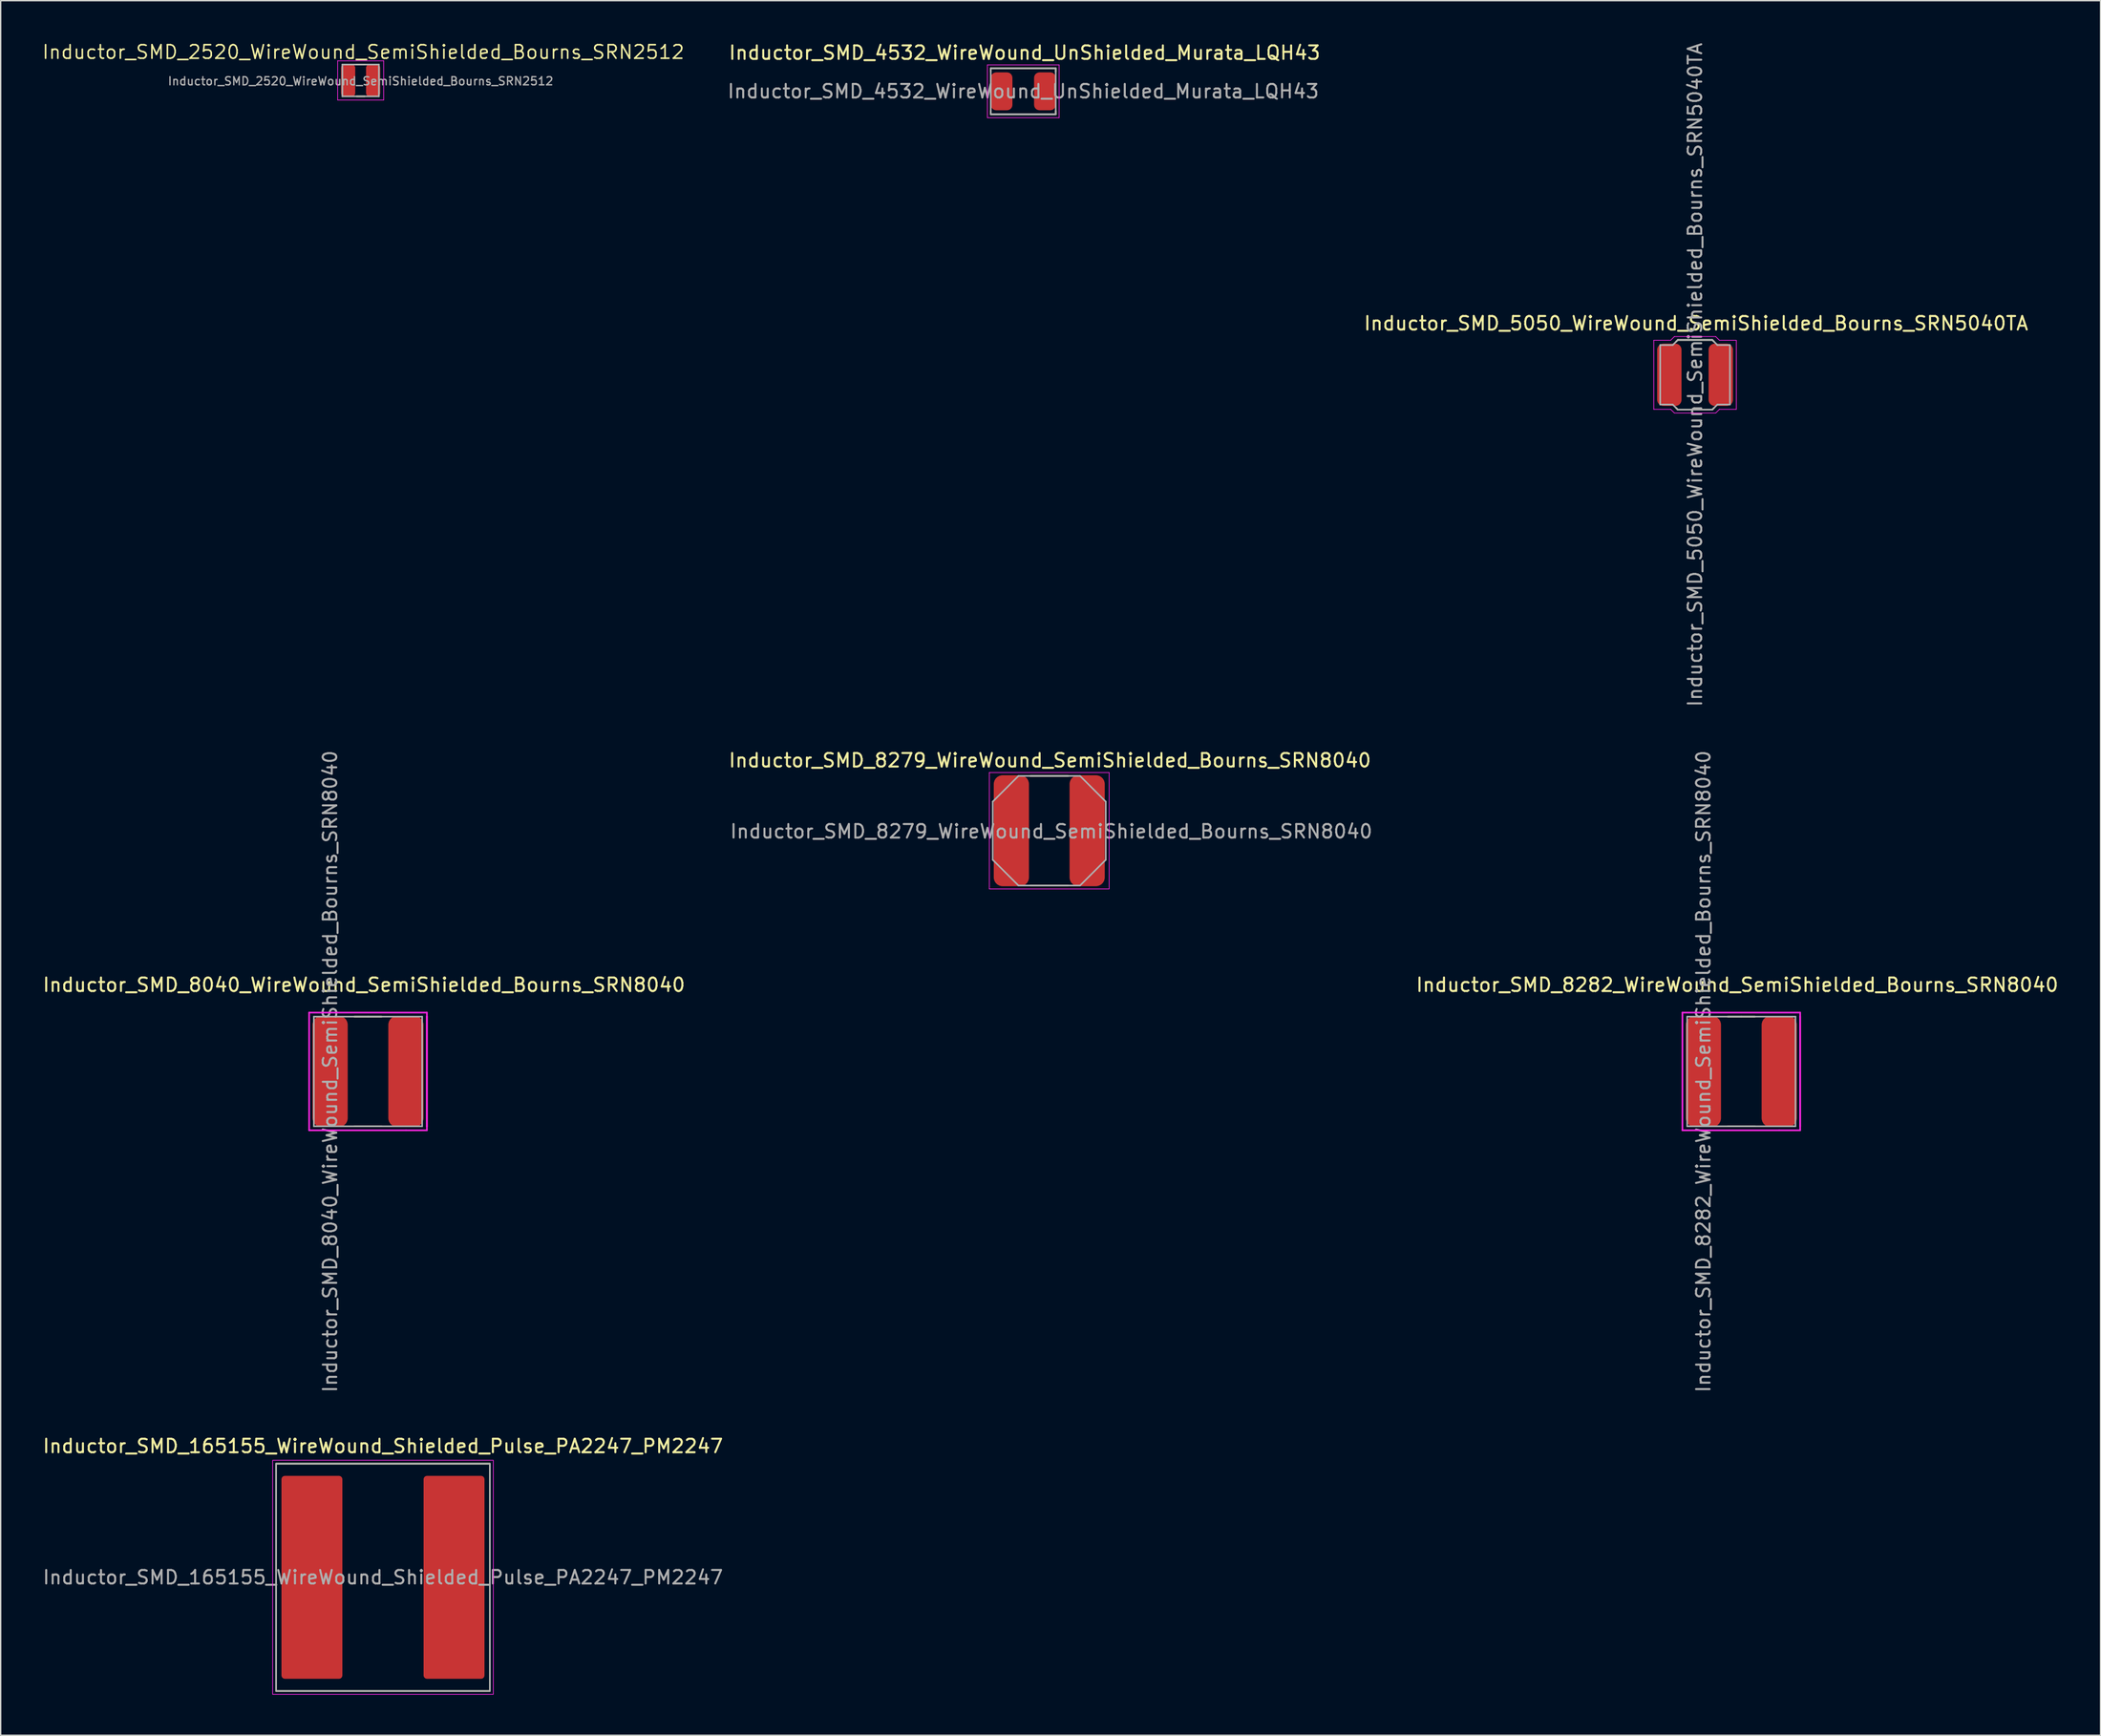
<source format=kicad_pcb>
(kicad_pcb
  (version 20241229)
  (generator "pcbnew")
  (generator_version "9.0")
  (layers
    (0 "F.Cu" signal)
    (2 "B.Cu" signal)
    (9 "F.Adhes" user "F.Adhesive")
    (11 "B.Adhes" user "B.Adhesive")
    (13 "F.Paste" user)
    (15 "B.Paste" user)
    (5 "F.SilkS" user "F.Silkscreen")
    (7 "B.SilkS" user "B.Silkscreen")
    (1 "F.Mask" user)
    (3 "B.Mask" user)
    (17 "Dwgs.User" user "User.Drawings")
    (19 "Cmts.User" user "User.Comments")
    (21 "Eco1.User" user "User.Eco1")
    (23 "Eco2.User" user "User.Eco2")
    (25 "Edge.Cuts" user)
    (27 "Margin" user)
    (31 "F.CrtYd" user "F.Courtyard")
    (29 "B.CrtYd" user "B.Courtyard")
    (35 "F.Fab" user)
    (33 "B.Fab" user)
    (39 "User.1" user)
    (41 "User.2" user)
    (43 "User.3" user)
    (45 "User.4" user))
  (footprint "Inductor_SMD_5050_WireWound_SemiShielded_Bourns_SRN5040TA"
    (layer "F.Cu")
    (at 122.179 24.649)
    (property "Reference" "Inductor_SMD_5050_WireWound_SemiShielded_Bourns_SRN5040TA" (at 0.075 -3.8 0) (unlocked yes) (layer "F.SilkS") (effects (font (size 1 1) (thickness 0.15))))
    (attr smd)
    (fp_line (start -1.4 -2.45) (end -1.275 -2.575) (stroke (width 0.12) (type solid)) (layer "F.SilkS"))
    (fp_line (start -1.275 2.575) (end -1.4 2.45) (stroke (width 0.12) (type solid)) (layer "F.SilkS"))
    (fp_line (start -1.275 2.575) (end 1.275 2.575) (stroke (width 0.12) (type solid)) (layer "F.SilkS"))
    (fp_line (start 1.275 -2.575) (end -1.275 -2.575) (stroke (width 0.12) (type solid)) (layer "F.SilkS"))
    (fp_line (start 1.275 -2.575) (end 1.4 -2.45) (stroke (width 0.12) (type solid)) (layer "F.SilkS"))
    (fp_line (start 1.4 2.45) (end 1.275 2.575) (stroke (width 0.12) (type solid)) (layer "F.SilkS"))
    (fp_line (start -3.05 -2.55) (end -1.8 -2.55) (stroke (width 0.05) (type solid)) (layer "F.CrtYd"))
    (fp_line (start -3.05 2.55) (end -3.05 -2.55) (stroke (width 0.05) (type solid)) (layer "F.CrtYd"))
    (fp_line (start -3.05 2.55) (end -1.8 2.55) (stroke (width 0.05) (type solid)) (layer "F.CrtYd"))
    (fp_line (start -1.525 -2.825) (end -1.8 -2.55) (stroke (width 0.05) (type solid)) (layer "F.CrtYd"))
    (fp_line (start -1.525 2.825) (end -1.8 2.55) (stroke (width 0.05) (type solid)) (layer "F.CrtYd"))
    (fp_line (start -1.525 2.825) (end 1.525 2.825) (stroke (width 0.05) (type solid)) (layer "F.CrtYd"))
    (fp_line (start 1.525 -2.825) (end -1.525 -2.825) (stroke (width 0.05) (type solid)) (layer "F.CrtYd"))
    (fp_line (start 1.525 -2.825) (end 1.8 -2.55) (stroke (width 0.05) (type solid)) (layer "F.CrtYd"))
    (fp_line (start 1.525 2.825) (end 1.8 2.55) (stroke (width 0.05) (type solid)) (layer "F.CrtYd"))
    (fp_line (start 3.05 -2.55) (end 1.8 -2.55) (stroke (width 0.05) (type solid)) (layer "F.CrtYd"))
    (fp_line (start 3.05 2.55) (end 1.8 2.55) (stroke (width 0.05) (type solid)) (layer "F.CrtYd"))
    (fp_line (start 3.05 2.55) (end 3.05 -2.55) (stroke (width 0.05) (type solid)) (layer "F.CrtYd"))
    (fp_line (start -2.575 2.2) (end -2.575 -2.2) (stroke (width 0.12) (type solid)) (layer "F.Fab"))
    (fp_line (start -1.65 -2.2) (end -2.575 -2.2) (stroke (width 0.12) (type solid)) (layer "F.Fab"))
    (fp_line (start -1.65 2.2) (end -2.575 2.2) (stroke (width 0.12) (type solid)) (layer "F.Fab"))
    (fp_line (start -1.275 -2.575) (end -1.65 -2.2) (stroke (width 0.12) (type solid)) (layer "F.Fab"))
    (fp_line (start -1.275 2.575) (end -1.65 2.2) (stroke (width 0.12) (type solid)) (layer "F.Fab"))
    (fp_line (start -1.275 2.575) (end 1.275 2.575) (stroke (width 0.12) (type solid)) (layer "F.Fab"))
    (fp_line (start 1.275 -2.575) (end -1.275 -2.575) (stroke (width 0.12) (type solid)) (layer "F.Fab"))
    (fp_line (start 1.275 -2.575) (end 1.65 -2.2) (stroke (width 0.12) (type solid)) (layer "F.Fab"))
    (fp_line (start 1.275 2.575) (end 1.65 2.2) (stroke (width 0.12) (type solid)) (layer "F.Fab"))
    (fp_line (start 1.65 -2.2) (end 2.575 -2.2) (stroke (width 0.12) (type solid)) (layer "F.Fab"))
    (fp_line (start 1.65 2.2) (end 2.575 2.2) (stroke (width 0.12) (type solid)) (layer "F.Fab"))
    (fp_line (start 2.575 -2.2) (end 2.575 2.2) (stroke (width 0.12) (type solid)) (layer "F.Fab"))
    (fp_text user "${REFERENCE}" (at 0 0 90) (layer "F.Fab") (effects (font (size 1 1) (thickness 0.15))))
    (pad "1" smd roundrect (at -1.9 0 270) (size 4.6 1.8) (layers "F.Cu" "F.Mask" "F.Paste") (roundrect_rratio 0.25))
    (pad "2" smd roundrect (at 1.9 0 270) (size 4.6 1.8) (layers "F.Cu" "F.Mask" "F.Paste") (roundrect_rratio 0.25)))
  (footprint "Inductor_SMD_8282_WireWound_SemiShielded_Bourns_SRN8040"
    (layer "F.Cu")
    (at 122.796 76.137)
    (property "Reference" "Inductor_SMD_8282_WireWound_SemiShielded_Bourns_SRN8040" (at 2.5 -6.4 0) (unlocked yes) (layer "F.SilkS") (effects (font (size 1 1) (thickness 0.15))))
    (attr smd)
    (fp_line (start 1.8 4.05) (end 3.8 4.05) (stroke (width 0.12) (type solid)) (layer "F.SilkS"))
    (fp_line (start 3.8 -4.05) (end 1.8 -4.05) (stroke (width 0.12) (type solid)) (layer "F.SilkS"))
    (fp_line (start -1.55 -4.35) (end -1.55 4.35) (stroke (width 0.12) (type solid)) (layer "F.CrtYd"))
    (fp_line (start -1.55 4.35) (end -0.6 4.35) (stroke (width 0.12) (type solid)) (layer "F.CrtYd"))
    (fp_line (start -0.6 -4.35) (end -1.55 -4.35) (stroke (width 0.12) (type solid)) (layer "F.CrtYd"))
    (fp_line (start 5.6 4.35) (end -0.6 4.35) (stroke (width 0.12) (type solid)) (layer "F.CrtYd"))
    (fp_line (start 5.6 4.35) (end 7.15 4.35) (stroke (width 0.12) (type solid)) (layer "F.CrtYd"))
    (fp_line (start 7.15 -4.35) (end -0.6 -4.35) (stroke (width 0.12) (type solid)) (layer "F.CrtYd"))
    (fp_line (start 7.15 -4.05) (end 7.15 -4.35) (stroke (width 0.12) (type solid)) (layer "F.CrtYd"))
    (fp_line (start 7.15 4.05) (end 7.15 -4.05) (stroke (width 0.12) (type solid)) (layer "F.CrtYd"))
    (fp_line (start 7.15 4.05) (end 7.15 -4.05) (stroke (width 0.12) (type solid)) (layer "F.CrtYd"))
    (fp_line (start 7.15 4.35) (end 7.15 4.05) (stroke (width 0.12) (type solid)) (layer "F.CrtYd"))
    (fp_line (start -1.2 -4.05) (end -1.2 4.05) (stroke (width 0.12) (type solid)) (layer "F.Fab"))
    (fp_line (start -1.2 4.05) (end 6.8 4.05) (stroke (width 0.12) (type solid)) (layer "F.Fab"))
    (fp_line (start 2.8 -4.05) (end -1.2 -4.05) (stroke (width 0.12) (type solid)) (layer "F.Fab"))
    (fp_line (start 6.8 -4.05) (end 2.8 -4.05) (stroke (width 0.12) (type solid)) (layer "F.Fab"))
    (fp_line (start 6.8 4.05) (end 6.8 -4.05) (stroke (width 0.12) (type solid)) (layer "F.Fab"))
    (fp_text user "${REFERENCE}" (at 0 0 90) (layer "F.Fab") (effects (font (size 1 1) (thickness 0.15))))
    (pad "1" smd roundrect (at 0 0 270) (size 8.2 2.6) (layers "F.Cu" "F.Mask" "F.Paste") (roundrect_rratio 0.25))
    (pad "2" smd roundrect (at 5.6 0 270) (size 8.2 2.6) (layers "F.Cu" "F.Mask" "F.Paste") (roundrect_rratio 0.25)))
  (footprint "Inductor_SMD_8279_WireWound_SemiShielded_Bourns_SRN8040"
    (layer "F.Cu")
    (at 74.468 58.346)
    (property "Reference" "Inductor_SMD_8279_WireWound_SemiShielded_Bourns_SRN8040" (at 0.05 -5.2 0) (unlocked yes) (layer "F.SilkS") (effects (font (size 1 1) (thickness 0.15))))
    (attr smd)
    (fp_line (start -1.4 -4.05) (end 1.4 -4.05) (stroke (width 0.12) (type solid)) (layer "F.SilkS"))
    (fp_line (start -1.4 4.05) (end 1.4 4.05) (stroke (width 0.12) (type solid)) (layer "F.SilkS"))
    (fp_line (start -4.425 -4.3) (end 4.425 -4.3) (stroke (width 0.05) (type solid)) (layer "F.CrtYd"))
    (fp_line (start -4.425 4.3) (end -4.425 -4.3) (stroke (width 0.05) (type solid)) (layer "F.CrtYd"))
    (fp_line (start 4.425 -4.3) (end 4.425 4.3) (stroke (width 0.05) (type solid)) (layer "F.CrtYd"))
    (fp_line (start 4.425 4.3) (end -4.425 4.3) (stroke (width 0.05) (type solid)) (layer "F.CrtYd"))
    (fp_line (start -4.175 -2.15) (end -2.275 -4.05) (stroke (width 0.12) (type solid)) (layer "F.Fab"))
    (fp_line (start -4.175 2.15) (end -4.175 -2.15) (stroke (width 0.12) (type solid)) (layer "F.Fab"))
    (fp_line (start -2.275 -4.05) (end 2.275 -4.05) (stroke (width 0.12) (type solid)) (layer "F.Fab"))
    (fp_line (start -2.275 4.05) (end -4.175 2.15) (stroke (width 0.12) (type solid)) (layer "F.Fab"))
    (fp_line (start 2.275 -4.05) (end 4.175 -2.15) (stroke (width 0.12) (type solid)) (layer "F.Fab"))
    (fp_line (start 2.275 4.05) (end -2.275 4.05) (stroke (width 0.12) (type solid)) (layer "F.Fab"))
    (fp_line (start 2.275 4.05) (end 4.175 2.15) (stroke (width 0.12) (type solid)) (layer "F.Fab"))
    (fp_line (start 4.175 -2.15) (end 4.175 2.15) (stroke (width 0.12) (type solid)) (layer "F.Fab"))
    (fp_text user "${REFERENCE}" (at 0.15 0.05 180) (layer "F.Fab") (effects (font (size 1 1) (thickness 0.15))))
    (pad "1" smd roundrect (at -2.8 0 270) (size 8.2 2.6) (layers "F.Cu" "F.Mask" "F.Paste") (roundrect_rratio 0.25))
    (pad "2" smd roundrect (at 2.8 0 270) (size 8.2 2.6) (layers "F.Cu" "F.Mask" "F.Paste") (roundrect_rratio 0.25)))
  (footprint "Inductor_SMD_2520_WireWound_SemiShielded_Bourns_SRN2512"
    (layer "F.Cu")
    (at 23.594 2.896)
    (property "Reference" "Inductor_SMD_2520_WireWound_SemiShielded_Bourns_SRN2512" (at 0.2 -2.1 0) (unlocked yes) (layer "F.SilkS") (effects (font (size 1 1) (thickness 0.12))))
    (attr smd)
    (fp_line (start 0.3 -1.175) (end -0.3 -1.175) (stroke (width 0.12) (type solid)) (layer "F.SilkS"))
    (fp_line (start 0.3 1.175) (end -0.3 1.175) (stroke (width 0.12) (type solid)) (layer "F.SilkS"))
    (fp_line (start -1.7 -1.45) (end -1.7 1.45) (stroke (width 0.05) (type solid)) (layer "F.CrtYd"))
    (fp_line (start -1.7 1.45) (end 1.7 1.45) (stroke (width 0.05) (type solid)) (layer "F.CrtYd"))
    (fp_line (start 1.7 -1.45) (end -1.7 -1.45) (stroke (width 0.05) (type solid)) (layer "F.CrtYd"))
    (fp_line (start 1.7 1.45) (end 1.7 -1.45) (stroke (width 0.05) (type solid)) (layer "F.CrtYd"))
    (fp_line (start -1.35 -1.175) (end -1.35 1.175) (stroke (width 0.12) (type solid)) (layer "F.Fab"))
    (fp_line (start -1.35 1.175) (end 1.35 1.175) (stroke (width 0.12) (type solid)) (layer "F.Fab"))
    (fp_line (start 1.35 -1.175) (end -1.35 -1.175) (stroke (width 0.12) (type solid)) (layer "F.Fab"))
    (fp_line (start 1.35 1.175) (end 1.35 -1.175) (stroke (width 0.12) (type solid)) (layer "F.Fab"))
    (fp_text user "${REFERENCE}" (at 0 0.05 0) (layer "F.Fab") (effects (font (size 0.6 0.6) (thickness 0.1))))
    (pad "1" smd roundrect (at -0.925 0) (size 1.05 2.4) (layers "F.Cu" "F.Mask" "F.Paste") (roundrect_rratio 0.25))
    (pad "2" smd roundrect (at 0.925 0) (size 1.05 2.4) (layers "F.Cu" "F.Mask" "F.Paste") (roundrect_rratio 0.25)))
  (footprint "Inductor_SMD_8040_WireWound_SemiShielded_Bourns_SRN8040"
    (layer "F.Cu")
    (at 21.339 76.137)
    (property "Reference" "Inductor_SMD_8040_WireWound_SemiShielded_Bourns_SRN8040" (at 2.5 -6.4 0) (unlocked yes) (layer "F.SilkS") (effects (font (size 1 1) (thickness 0.15))))
    (attr smd)
    (fp_line (start 1.8 4.05) (end 3.8 4.05) (stroke (width 0.12) (type solid)) (layer "F.SilkS"))
    (fp_line (start 3.8 -4.05) (end 1.8 -4.05) (stroke (width 0.12) (type solid)) (layer "F.SilkS"))
    (fp_line (start -1.55 -4.35) (end -1.55 4.35) (stroke (width 0.12) (type solid)) (layer "F.CrtYd"))
    (fp_line (start -1.55 4.35) (end -0.6 4.35) (stroke (width 0.12) (type solid)) (layer "F.CrtYd"))
    (fp_line (start -0.6 -4.35) (end -1.55 -4.35) (stroke (width 0.12) (type solid)) (layer "F.CrtYd"))
    (fp_line (start 5.6 4.35) (end -0.6 4.35) (stroke (width 0.12) (type solid)) (layer "F.CrtYd"))
    (fp_line (start 5.6 4.35) (end 7.15 4.35) (stroke (width 0.12) (type solid)) (layer "F.CrtYd"))
    (fp_line (start 7.15 -4.35) (end -0.6 -4.35) (stroke (width 0.12) (type solid)) (layer "F.CrtYd"))
    (fp_line (start 7.15 -4.05) (end 7.15 -4.35) (stroke (width 0.12) (type solid)) (layer "F.CrtYd"))
    (fp_line (start 7.15 4.05) (end 7.15 -4.05) (stroke (width 0.12) (type solid)) (layer "F.CrtYd"))
    (fp_line (start 7.15 4.05) (end 7.15 -4.05) (stroke (width 0.12) (type solid)) (layer "F.CrtYd"))
    (fp_line (start 7.15 4.35) (end 7.15 4.05) (stroke (width 0.12) (type solid)) (layer "F.CrtYd"))
    (fp_line (start -1.2 -4.05) (end -1.2 4.05) (stroke (width 0.12) (type solid)) (layer "F.Fab"))
    (fp_line (start -1.2 4.05) (end 6.8 4.05) (stroke (width 0.12) (type solid)) (layer "F.Fab"))
    (fp_line (start 2.8 -4.05) (end -1.2 -4.05) (stroke (width 0.12) (type solid)) (layer "F.Fab"))
    (fp_line (start 6.8 -4.05) (end 2.8 -4.05) (stroke (width 0.12) (type solid)) (layer "F.Fab"))
    (fp_line (start 6.8 4.05) (end 6.8 -4.05) (stroke (width 0.12) (type solid)) (layer "F.Fab"))
    (fp_text user "${REFERENCE}" (at 0 0 90) (layer "F.Fab") (effects (font (size 1 1) (thickness 0.15))))
    (pad "1" smd roundrect (at 0 0 270) (size 8.2 2.6) (layers "F.Cu" "F.Mask" "F.Paste") (roundrect_rratio 0.25))
    (pad "2" smd roundrect (at 5.6 0 270) (size 8.2 2.6) (layers "F.Cu" "F.Mask" "F.Paste") (roundrect_rratio 0.25)))
  (footprint "Inductor_SMD_4532_WireWound_UnShielded_Murata_LQH43"
    (layer "F.Cu")
    (at 72.547 3.698)
    (property "Reference" "Inductor_SMD_4532_WireWound_UnShielded_Murata_LQH43" (at 0.1 -2.85 0) (unlocked yes) (layer "F.SilkS") (effects (font (size 1 1) (thickness 0.15))))
    (attr smd)
    (fp_line (start -2.4 -1.7) (end -2.4 -1.45) (stroke (width 0.12) (type solid)) (layer "F.SilkS"))
    (fp_line (start -2.4 1.7) (end -2.4 1.45) (stroke (width 0.12) (type solid)) (layer "F.SilkS"))
    (fp_line (start -2.4 1.7) (end 2.4 1.7) (stroke (width 0.12) (type solid)) (layer "F.SilkS"))
    (fp_line (start 2.4 -1.7) (end -2.4 -1.7) (stroke (width 0.12) (type solid)) (layer "F.SilkS"))
    (fp_line (start 2.4 -1.7) (end 2.4 -1.45) (stroke (width 0.12) (type solid)) (layer "F.SilkS"))
    (fp_line (start 2.4 1.7) (end 2.4 1.45) (stroke (width 0.12) (type solid)) (layer "F.SilkS"))
    (fp_line (start -2.65 1.95) (end -2.65 -1.95) (stroke (width 0.05) (type solid)) (layer "F.CrtYd"))
    (fp_line (start -2.65 1.95) (end 2.65 1.95) (stroke (width 0.05) (type solid)) (layer "F.CrtYd"))
    (fp_line (start 2.65 -1.95) (end -2.65 -1.95) (stroke (width 0.05) (type solid)) (layer "F.CrtYd"))
    (fp_line (start 2.65 -1.95) (end 2.65 1.95) (stroke (width 0.05) (type solid)) (layer "F.CrtYd"))
    (fp_line (start -2.4 -1.7) (end 2.388 -1.7) (stroke (width 0.12) (type solid)) (layer "F.Fab"))
    (fp_line (start -2.4 1.7) (end -2.4 -1.7) (stroke (width 0.12) (type solid)) (layer "F.Fab"))
    (fp_line (start 2.4 -1.7) (end 2.4 1.7) (stroke (width 0.12) (type solid)) (layer "F.Fab"))
    (fp_line (start 2.4 1.7) (end -2.388 1.7) (stroke (width 0.12) (type solid)) (layer "F.Fab"))
    (fp_line (start 2.4 1.7) (end -2.388 1.7) (stroke (width 0.12) (type solid)) (layer "F.Fab"))
    (fp_text user "${REFERENCE}" (at 0 0 180) (layer "F.Fab") (effects (font (size 1 1) (thickness 0.15))))
    (pad "1" smd roundrect (at -1.6 0) (size 1.6 2.8) (layers "F.Cu" "F.Mask" "F.Paste") (roundrect_rratio 0.25))
    (pad "2" smd roundrect (at 1.6 0) (size 1.6 2.8) (layers "F.Cu" "F.Mask" "F.Paste") (roundrect_rratio 0.25)))
  (footprint "Inductor_SMD_165155_WireWound_Shielded_Pulse_PA2247_PM2247"
    (layer "F.Cu")
    (at 25.244 113.524)
    (property "Reference" "Inductor_SMD_165155_WireWound_Shielded_Pulse_PA2247_PM2247" (at 0 -9.7 0) (layer "F.SilkS") (effects (font (size 1 1) (thickness 0.15))))
    (attr smd)
    (fp_rect (start -7.9 -8.4) (end 7.9 8.4) (stroke (width 0.12) (type default)) (fill no) (layer "F.SilkS"))
    (fp_rect (start -8.15 -8.65) (end 8.15 8.65) (stroke (width 0.05) (type default)) (fill no) (layer "F.CrtYd"))
    (fp_rect (start -7.9 -8.4) (end 7.9 8.4) (stroke (width 0.12) (type default)) (fill no) (layer "F.Fab"))
    (fp_text user "${REFERENCE}" (at 0 0 0) (layer "F.Fab") (effects (font (size 1 1) (thickness 0.15))))
    (pad "1" smd roundrect (at -5.25 0) (size 4.5 15) (layers "F.Cu" "F.Mask" "F.Paste") (roundrect_rratio 0.056))
    (pad "2" smd roundrect (at 5.25 0) (size 4.5 15) (layers "F.Cu" "F.Mask" "F.Paste") (roundrect_rratio 0.056)))
  (gr_rect
    (start -3 -3)
    (end 152.136 125.199)
    (stroke (width 0.1) (type default))
    (fill no)
    (layer "Edge.Cuts")))
</source>
